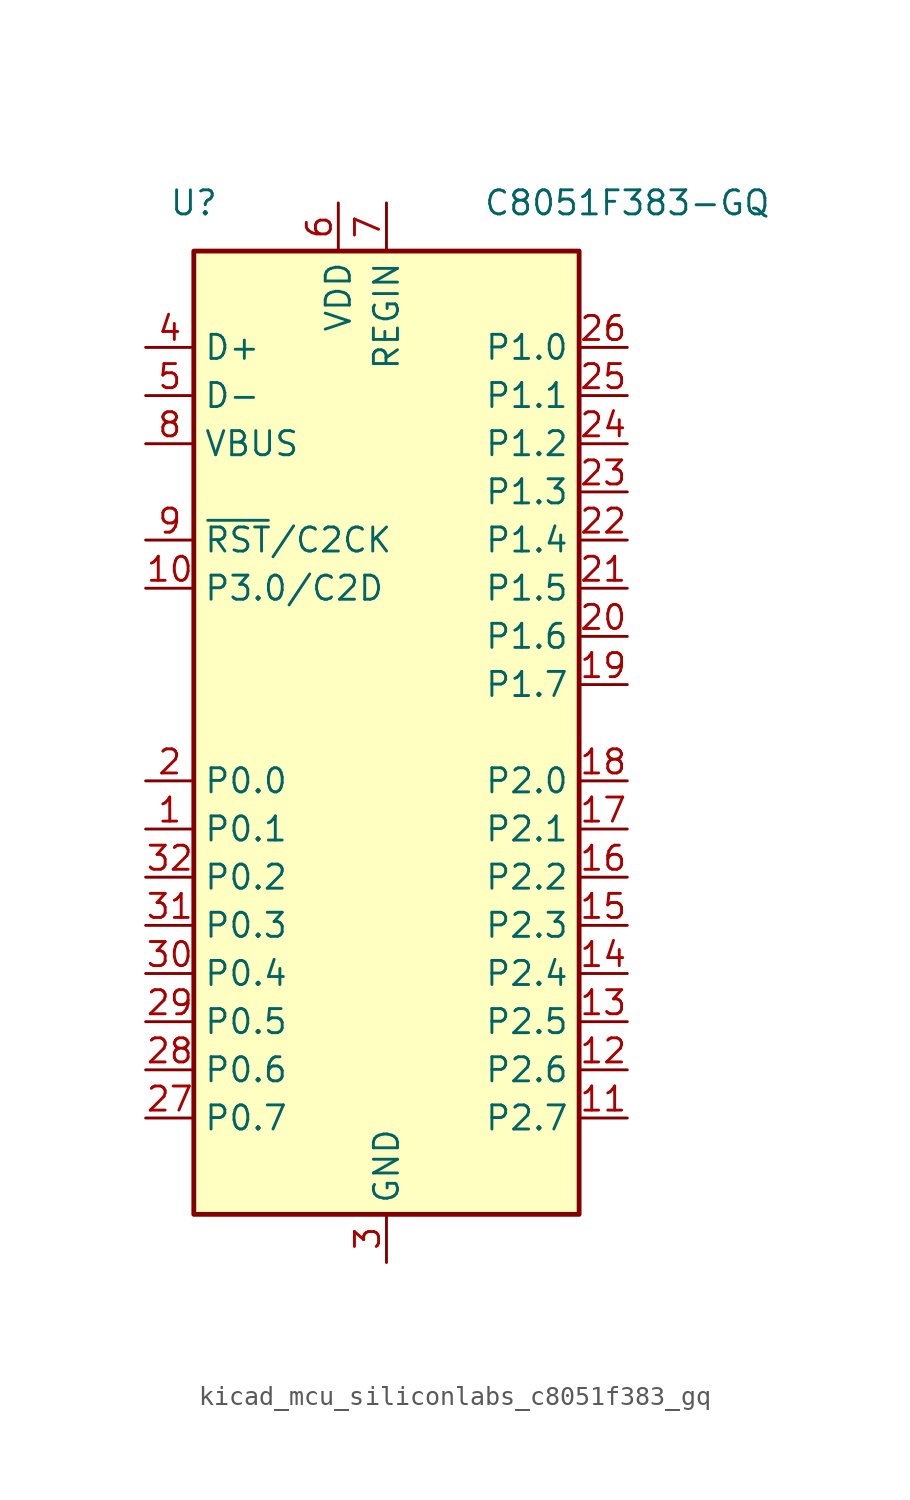
<source format=kicad_sym>
(kicad_symbol_lib
  (version 20220914)
  (generator kicad_symbol_editor)
  (symbol "kicad_mcu_siliconlabs_c8051f383_gq"
    (property "Reference" "U"
      (at -10.16 27.94 0)
      (effects (font (size 1.27 1.27))))
    (property "Value" "C8051F383-GQ"
      (at 12.7 27.94 0)
      (effects (font (size 1.27 1.27))))
    (symbol "kicad_mcu_siliconlabs_c8051f383_gq_0_1"
      (rectangle (start -10.16 25.4) (end 10.16 -25.4) (stroke (width 0.254) (type default)) (fill (type background))))
    (symbol "kicad_mcu_siliconlabs_c8051f383_gq_1_1"
      (pin bidirectional line (at -12.7 -5.08 0) (length 2.54) (name "P0.1" (effects (font (size 1.27 1.27)))) (number "1" (effects (font (size 1.27 1.27)))))
      (pin bidirectional line (at -12.7 7.62 0) (length 2.54) (name "P3.0/C2D" (effects (font (size 1.27 1.27)))) (number "10" (effects (font (size 1.27 1.27)))))
      (pin bidirectional line (at 12.7 -20.32 180) (length 2.54) (name "P2.7" (effects (font (size 1.27 1.27)))) (number "11" (effects (font (size 1.27 1.27)))))
      (pin bidirectional line (at 12.7 -17.78 180) (length 2.54) (name "P2.6" (effects (font (size 1.27 1.27)))) (number "12" (effects (font (size 1.27 1.27)))))
      (pin bidirectional line (at 12.7 -15.24 180) (length 2.54) (name "P2.5" (effects (font (size 1.27 1.27)))) (number "13" (effects (font (size 1.27 1.27)))))
      (pin bidirectional line (at 12.7 -12.7 180) (length 2.54) (name "P2.4" (effects (font (size 1.27 1.27)))) (number "14" (effects (font (size 1.27 1.27)))))
      (pin bidirectional line (at 12.7 -10.16 180) (length 2.54) (name "P2.3" (effects (font (size 1.27 1.27)))) (number "15" (effects (font (size 1.27 1.27)))))
      (pin bidirectional line (at 12.7 -7.62 180) (length 2.54) (name "P2.2" (effects (font (size 1.27 1.27)))) (number "16" (effects (font (size 1.27 1.27)))))
      (pin bidirectional line (at 12.7 -5.08 180) (length 2.54) (name "P2.1" (effects (font (size 1.27 1.27)))) (number "17" (effects (font (size 1.27 1.27)))))
      (pin bidirectional line (at 12.7 -2.54 180) (length 2.54) (name "P2.0" (effects (font (size 1.27 1.27)))) (number "18" (effects (font (size 1.27 1.27)))))
      (pin bidirectional line (at 12.7 2.54 180) (length 2.54) (name "P1.7" (effects (font (size 1.27 1.27)))) (number "19" (effects (font (size 1.27 1.27)))))
      (pin bidirectional line (at -12.7 -2.54 0) (length 2.54) (name "P0.0" (effects (font (size 1.27 1.27)))) (number "2" (effects (font (size 1.27 1.27)))))
      (pin bidirectional line (at 12.7 5.08 180) (length 2.54) (name "P1.6" (effects (font (size 1.27 1.27)))) (number "20" (effects (font (size 1.27 1.27)))))
      (pin bidirectional line (at 12.7 7.62 180) (length 2.54) (name "P1.5" (effects (font (size 1.27 1.27)))) (number "21" (effects (font (size 1.27 1.27)))))
      (pin bidirectional line (at 12.7 10.16 180) (length 2.54) (name "P1.4" (effects (font (size 1.27 1.27)))) (number "22" (effects (font (size 1.27 1.27)))))
      (pin bidirectional line (at 12.7 12.7 180) (length 2.54) (name "P1.3" (effects (font (size 1.27 1.27)))) (number "23" (effects (font (size 1.27 1.27)))))
      (pin bidirectional line (at 12.7 15.24 180) (length 2.54) (name "P1.2" (effects (font (size 1.27 1.27)))) (number "24" (effects (font (size 1.27 1.27)))))
      (pin bidirectional line (at 12.7 17.78 180) (length 2.54) (name "P1.1" (effects (font (size 1.27 1.27)))) (number "25" (effects (font (size 1.27 1.27)))))
      (pin bidirectional line (at 12.7 20.32 180) (length 2.54) (name "P1.0" (effects (font (size 1.27 1.27)))) (number "26" (effects (font (size 1.27 1.27)))))
      (pin bidirectional line (at -12.7 -20.32 0) (length 2.54) (name "P0.7" (effects (font (size 1.27 1.27)))) (number "27" (effects (font (size 1.27 1.27)))))
      (pin bidirectional line (at -12.7 -17.78 0) (length 2.54) (name "P0.6" (effects (font (size 1.27 1.27)))) (number "28" (effects (font (size 1.27 1.27)))))
      (pin bidirectional line (at -12.7 -15.24 0) (length 2.54) (name "P0.5" (effects (font (size 1.27 1.27)))) (number "29" (effects (font (size 1.27 1.27)))))
      (pin power_in line (at 0 -27.94 90) (length 2.54) (name "GND" (effects (font (size 1.27 1.27)))) (number "3" (effects (font (size 1.27 1.27)))))
      (pin bidirectional line (at -12.7 -12.7 0) (length 2.54) (name "P0.4" (effects (font (size 1.27 1.27)))) (number "30" (effects (font (size 1.27 1.27)))))
      (pin bidirectional line (at -12.7 -10.16 0) (length 2.54) (name "P0.3" (effects (font (size 1.27 1.27)))) (number "31" (effects (font (size 1.27 1.27)))))
      (pin bidirectional line (at -12.7 -7.62 0) (length 2.54) (name "P0.2" (effects (font (size 1.27 1.27)))) (number "32" (effects (font (size 1.27 1.27)))))
      (pin bidirectional line (at -12.7 20.32 0) (length 2.54) (name "D+" (effects (font (size 1.27 1.27)))) (number "4" (effects (font (size 1.27 1.27)))))
      (pin bidirectional line (at -12.7 17.78 0) (length 2.54) (name "D-" (effects (font (size 1.27 1.27)))) (number "5" (effects (font (size 1.27 1.27)))))
      (pin power_in line (at -2.54 27.94 270) (length 2.54) (name "VDD" (effects (font (size 1.27 1.27)))) (number "6" (effects (font (size 1.27 1.27)))))
      (pin power_in line (at 0 27.94 270) (length 2.54) (name "REGIN" (effects (font (size 1.27 1.27)))) (number "7" (effects (font (size 1.27 1.27)))))
      (pin input line (at -12.7 15.24 0) (length 2.54) (name "VBUS" (effects (font (size 1.27 1.27)))) (number "8" (effects (font (size 1.27 1.27)))))
      (pin input line (at -12.7 10.16 0) (length 2.54) (name "~{RST}/C2CK" (effects (font (size 1.27 1.27)))) (number "9" (effects (font (size 1.27 1.27))))))))
</source>
